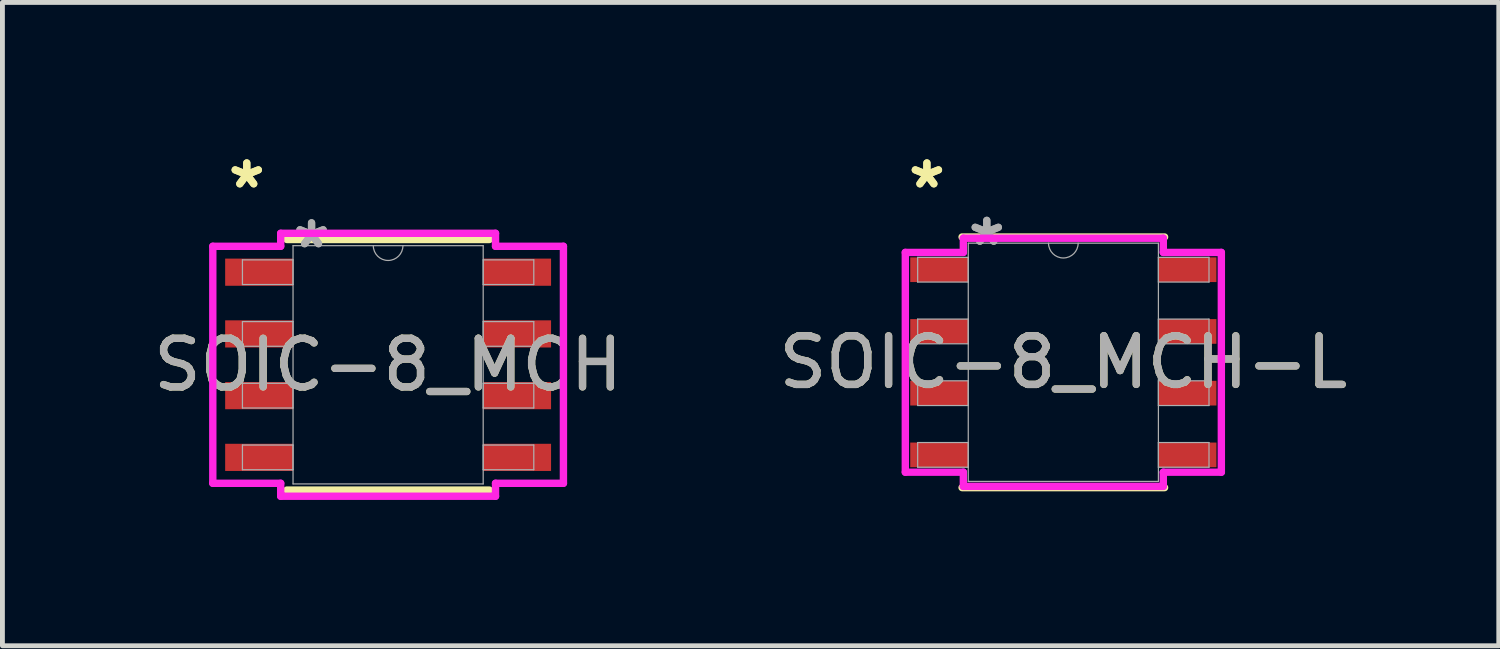
<source format=kicad_pcb>
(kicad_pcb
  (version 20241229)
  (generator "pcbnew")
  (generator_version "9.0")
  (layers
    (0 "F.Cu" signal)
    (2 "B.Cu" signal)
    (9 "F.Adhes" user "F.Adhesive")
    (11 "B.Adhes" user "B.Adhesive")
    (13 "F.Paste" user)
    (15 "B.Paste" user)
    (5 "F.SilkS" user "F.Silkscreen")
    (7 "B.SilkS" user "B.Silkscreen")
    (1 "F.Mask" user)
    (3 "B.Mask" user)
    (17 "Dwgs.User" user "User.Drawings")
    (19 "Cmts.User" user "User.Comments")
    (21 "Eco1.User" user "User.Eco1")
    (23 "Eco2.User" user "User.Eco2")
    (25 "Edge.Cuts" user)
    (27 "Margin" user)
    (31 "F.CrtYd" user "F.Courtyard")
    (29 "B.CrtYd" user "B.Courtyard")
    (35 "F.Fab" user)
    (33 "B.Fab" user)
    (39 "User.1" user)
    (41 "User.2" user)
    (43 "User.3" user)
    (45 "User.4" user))
  (footprint "SOIC-8_MCH-L"
    (layer "F.Cu")
    (at 18.827 4.404)
    (property "Reference" "SOIC-8_MCH-L" (at 0 0 0) (unlocked yes) (layer "F.SilkS") (effects (font (size 1 1) (thickness 0.15))))
    (attr smd)
    (fp_line (start -2.083 2.578) (end 2.083 2.578) (stroke (width 0.152) (type solid)) (layer "F.SilkS"))
    (fp_line (start 2.083 -2.578) (end -2.083 -2.578) (stroke (width 0.152) (type solid)) (layer "F.SilkS"))
    (fp_line (start -3.251 -2.261) (end -2.057 -2.261) (stroke (width 0.152) (type solid)) (layer "F.CrtYd"))
    (fp_line (start -3.251 2.261) (end -3.251 -2.261) (stroke (width 0.152) (type solid)) (layer "F.CrtYd"))
    (fp_line (start -3.251 2.261) (end -2.057 2.261) (stroke (width 0.152) (type solid)) (layer "F.CrtYd"))
    (fp_line (start -2.057 -2.553) (end 2.057 -2.553) (stroke (width 0.152) (type solid)) (layer "F.CrtYd"))
    (fp_line (start -2.057 -2.261) (end -2.057 -2.553) (stroke (width 0.152) (type solid)) (layer "F.CrtYd"))
    (fp_line (start -2.057 2.553) (end -2.057 2.261) (stroke (width 0.152) (type solid)) (layer "F.CrtYd"))
    (fp_line (start 2.057 -2.553) (end 2.057 -2.261) (stroke (width 0.152) (type solid)) (layer "F.CrtYd"))
    (fp_line (start 2.057 2.261) (end 2.057 2.553) (stroke (width 0.152) (type solid)) (layer "F.CrtYd"))
    (fp_line (start 2.057 2.553) (end -2.057 2.553) (stroke (width 0.152) (type solid)) (layer "F.CrtYd"))
    (fp_line (start 3.251 -2.261) (end 2.057 -2.261) (stroke (width 0.152) (type solid)) (layer "F.CrtYd"))
    (fp_line (start 3.251 -2.261) (end 3.251 2.261) (stroke (width 0.152) (type solid)) (layer "F.CrtYd"))
    (fp_line (start 3.251 2.261) (end 2.057 2.261) (stroke (width 0.152) (type solid)) (layer "F.CrtYd"))
    (fp_line (start -2.997 -2.159) (end -2.997 -1.651) (stroke (width 0.025) (type solid)) (layer "F.Fab"))
    (fp_line (start -2.997 -1.651) (end -1.956 -1.651) (stroke (width 0.025) (type solid)) (layer "F.Fab"))
    (fp_line (start -2.997 -0.889) (end -2.997 -0.381) (stroke (width 0.025) (type solid)) (layer "F.Fab"))
    (fp_line (start -2.997 -0.381) (end -1.956 -0.381) (stroke (width 0.025) (type solid)) (layer "F.Fab"))
    (fp_line (start -2.997 0.381) (end -2.997 0.889) (stroke (width 0.025) (type solid)) (layer "F.Fab"))
    (fp_line (start -2.997 0.889) (end -1.956 0.889) (stroke (width 0.025) (type solid)) (layer "F.Fab"))
    (fp_line (start -2.997 1.651) (end -2.997 2.159) (stroke (width 0.025) (type solid)) (layer "F.Fab"))
    (fp_line (start -2.997 2.159) (end -1.956 2.159) (stroke (width 0.025) (type solid)) (layer "F.Fab"))
    (fp_line (start -1.956 -2.451) (end -1.956 2.451) (stroke (width 0.025) (type solid)) (layer "F.Fab"))
    (fp_line (start -1.956 -2.159) (end -2.997 -2.159) (stroke (width 0.025) (type solid)) (layer "F.Fab"))
    (fp_line (start -1.956 -1.651) (end -1.956 -2.159) (stroke (width 0.025) (type solid)) (layer "F.Fab"))
    (fp_line (start -1.956 -0.889) (end -2.997 -0.889) (stroke (width 0.025) (type solid)) (layer "F.Fab"))
    (fp_line (start -1.956 -0.381) (end -1.956 -0.889) (stroke (width 0.025) (type solid)) (layer "F.Fab"))
    (fp_line (start -1.956 0.381) (end -2.997 0.381) (stroke (width 0.025) (type solid)) (layer "F.Fab"))
    (fp_line (start -1.956 0.889) (end -1.956 0.381) (stroke (width 0.025) (type solid)) (layer "F.Fab"))
    (fp_line (start -1.956 1.651) (end -2.997 1.651) (stroke (width 0.025) (type solid)) (layer "F.Fab"))
    (fp_line (start -1.956 2.159) (end -1.956 1.651) (stroke (width 0.025) (type solid)) (layer "F.Fab"))
    (fp_line (start -1.956 2.451) (end 1.956 2.451) (stroke (width 0.025) (type solid)) (layer "F.Fab"))
    (fp_line (start 1.956 -2.451) (end -1.956 -2.451) (stroke (width 0.025) (type solid)) (layer "F.Fab"))
    (fp_line (start 1.956 -2.159) (end 1.956 -1.651) (stroke (width 0.025) (type solid)) (layer "F.Fab"))
    (fp_line (start 1.956 -1.651) (end 2.997 -1.651) (stroke (width 0.025) (type solid)) (layer "F.Fab"))
    (fp_line (start 1.956 -0.889) (end 1.956 -0.381) (stroke (width 0.025) (type solid)) (layer "F.Fab"))
    (fp_line (start 1.956 -0.381) (end 2.997 -0.381) (stroke (width 0.025) (type solid)) (layer "F.Fab"))
    (fp_line (start 1.956 0.381) (end 1.956 0.889) (stroke (width 0.025) (type solid)) (layer "F.Fab"))
    (fp_line (start 1.956 0.889) (end 2.997 0.889) (stroke (width 0.025) (type solid)) (layer "F.Fab"))
    (fp_line (start 1.956 1.651) (end 1.956 2.159) (stroke (width 0.025) (type solid)) (layer "F.Fab"))
    (fp_line (start 1.956 2.159) (end 2.997 2.159) (stroke (width 0.025) (type solid)) (layer "F.Fab"))
    (fp_line (start 1.956 2.451) (end 1.956 -2.451) (stroke (width 0.025) (type solid)) (layer "F.Fab"))
    (fp_line (start 2.997 -2.159) (end 1.956 -2.159) (stroke (width 0.025) (type solid)) (layer "F.Fab"))
    (fp_line (start 2.997 -1.651) (end 2.997 -2.159) (stroke (width 0.025) (type solid)) (layer "F.Fab"))
    (fp_line (start 2.997 -0.889) (end 1.956 -0.889) (stroke (width 0.025) (type solid)) (layer "F.Fab"))
    (fp_line (start 2.997 -0.381) (end 2.997 -0.889) (stroke (width 0.025) (type solid)) (layer "F.Fab"))
    (fp_line (start 2.997 0.381) (end 1.956 0.381) (stroke (width 0.025) (type solid)) (layer "F.Fab"))
    (fp_line (start 2.997 0.889) (end 2.997 0.381) (stroke (width 0.025) (type solid)) (layer "F.Fab"))
    (fp_line (start 2.997 1.651) (end 1.956 1.651) (stroke (width 0.025) (type solid)) (layer "F.Fab"))
    (fp_line (start 2.997 2.159) (end 2.997 1.651) (stroke (width 0.025) (type solid)) (layer "F.Fab"))
    (fp_arc (start 0.3048 -2.4511) (mid 0 -2.1463) (end -0.3048 -2.4511) (stroke (width 0.0254) (type solid)) (layer "F.Fab"))
    (fp_text user "*" (at -2.807 -3.556 0) (unlocked yes) (layer "F.SilkS") (effects (font (size 1 1) (thickness 0.15))))
    (fp_text user "*" (at -2.807 -3.556 0) (layer "F.SilkS") (effects (font (size 1 1) (thickness 0.15))))
    (fp_text user "*" (at -1.575 -2.375 0) (layer "F.Fab") (effects (font (size 1 1) (thickness 0.15))))
    (fp_text user "*" (at -1.575 -2.375 0) (unlocked yes) (layer "F.Fab") (effects (font (size 1 1) (thickness 0.15))))
    (fp_text user "${REFERENCE}" (at 0 0 0) (unlocked yes) (layer "F.Fab") (effects (font (size 1 1) (thickness 0.15))))
    (pad "1" smd rect (at -2.553 -1.905) (size 1.194 0.508) (layers "F.Cu" "F.Mask" "F.Paste"))
    (pad "2" smd rect (at -2.553 -0.635) (size 1.194 0.508) (layers "F.Cu" "F.Mask" "F.Paste"))
    (pad "3" smd rect (at -2.553 0.635) (size 1.194 0.508) (layers "F.Cu" "F.Mask" "F.Paste"))
    (pad "4" smd rect (at -2.553 1.905) (size 1.194 0.508) (layers "F.Cu" "F.Mask" "F.Paste"))
    (pad "5" smd rect (at 2.553 1.905) (size 1.194 0.508) (layers "F.Cu" "F.Mask" "F.Paste"))
    (pad "6" smd rect (at 2.553 0.635) (size 1.194 0.508) (layers "F.Cu" "F.Mask" "F.Paste"))
    (pad "7" smd rect (at 2.553 -0.635) (size 1.194 0.508) (layers "F.Cu" "F.Mask" "F.Paste"))
    (pad "8" smd rect (at 2.553 -1.905) (size 1.194 0.508) (layers "F.Cu" "F.Mask" "F.Paste")))
  (footprint "SOIC-8_MCH"
    (layer "F.Cu")
    (at 4.935 4.455)
    (property "Reference" "SOIC-8_MCH" (at 0 0 0) (unlocked yes) (layer "F.SilkS") (effects (font (size 1 1) (thickness 0.15))))
    (attr smd)
    (fp_line (start -2.083 2.578) (end 2.083 2.578) (stroke (width 0.152) (type solid)) (layer "F.SilkS"))
    (fp_line (start 2.083 -2.578) (end -2.083 -2.578) (stroke (width 0.152) (type solid)) (layer "F.SilkS"))
    (fp_line (start -3.607 -2.438) (end -2.21 -2.438) (stroke (width 0.152) (type solid)) (layer "F.CrtYd"))
    (fp_line (start -3.607 2.438) (end -3.607 -2.438) (stroke (width 0.152) (type solid)) (layer "F.CrtYd"))
    (fp_line (start -3.607 2.438) (end -2.21 2.438) (stroke (width 0.152) (type solid)) (layer "F.CrtYd"))
    (fp_line (start -2.21 -2.705) (end 2.21 -2.705) (stroke (width 0.152) (type solid)) (layer "F.CrtYd"))
    (fp_line (start -2.21 -2.438) (end -2.21 -2.705) (stroke (width 0.152) (type solid)) (layer "F.CrtYd"))
    (fp_line (start -2.21 2.705) (end -2.21 2.438) (stroke (width 0.152) (type solid)) (layer "F.CrtYd"))
    (fp_line (start 2.21 -2.705) (end 2.21 -2.438) (stroke (width 0.152) (type solid)) (layer "F.CrtYd"))
    (fp_line (start 2.21 2.438) (end 2.21 2.705) (stroke (width 0.152) (type solid)) (layer "F.CrtYd"))
    (fp_line (start 2.21 2.705) (end -2.21 2.705) (stroke (width 0.152) (type solid)) (layer "F.CrtYd"))
    (fp_line (start 3.607 -2.438) (end 2.21 -2.438) (stroke (width 0.152) (type solid)) (layer "F.CrtYd"))
    (fp_line (start 3.607 -2.438) (end 3.607 2.438) (stroke (width 0.152) (type solid)) (layer "F.CrtYd"))
    (fp_line (start 3.607 2.438) (end 2.21 2.438) (stroke (width 0.152) (type solid)) (layer "F.CrtYd"))
    (fp_line (start -2.997 -2.159) (end -2.997 -1.651) (stroke (width 0.025) (type solid)) (layer "F.Fab"))
    (fp_line (start -2.997 -1.651) (end -1.956 -1.651) (stroke (width 0.025) (type solid)) (layer "F.Fab"))
    (fp_line (start -2.997 -0.889) (end -2.997 -0.381) (stroke (width 0.025) (type solid)) (layer "F.Fab"))
    (fp_line (start -2.997 -0.381) (end -1.956 -0.381) (stroke (width 0.025) (type solid)) (layer "F.Fab"))
    (fp_line (start -2.997 0.381) (end -2.997 0.889) (stroke (width 0.025) (type solid)) (layer "F.Fab"))
    (fp_line (start -2.997 0.889) (end -1.956 0.889) (stroke (width 0.025) (type solid)) (layer "F.Fab"))
    (fp_line (start -2.997 1.651) (end -2.997 2.159) (stroke (width 0.025) (type solid)) (layer "F.Fab"))
    (fp_line (start -2.997 2.159) (end -1.956 2.159) (stroke (width 0.025) (type solid)) (layer "F.Fab"))
    (fp_line (start -1.956 -2.451) (end -1.956 2.451) (stroke (width 0.025) (type solid)) (layer "F.Fab"))
    (fp_line (start -1.956 -2.159) (end -2.997 -2.159) (stroke (width 0.025) (type solid)) (layer "F.Fab"))
    (fp_line (start -1.956 -1.651) (end -1.956 -2.159) (stroke (width 0.025) (type solid)) (layer "F.Fab"))
    (fp_line (start -1.956 -0.889) (end -2.997 -0.889) (stroke (width 0.025) (type solid)) (layer "F.Fab"))
    (fp_line (start -1.956 -0.381) (end -1.956 -0.889) (stroke (width 0.025) (type solid)) (layer "F.Fab"))
    (fp_line (start -1.956 0.381) (end -2.997 0.381) (stroke (width 0.025) (type solid)) (layer "F.Fab"))
    (fp_line (start -1.956 0.889) (end -1.956 0.381) (stroke (width 0.025) (type solid)) (layer "F.Fab"))
    (fp_line (start -1.956 1.651) (end -2.997 1.651) (stroke (width 0.025) (type solid)) (layer "F.Fab"))
    (fp_line (start -1.956 2.159) (end -1.956 1.651) (stroke (width 0.025) (type solid)) (layer "F.Fab"))
    (fp_line (start -1.956 2.451) (end 1.956 2.451) (stroke (width 0.025) (type solid)) (layer "F.Fab"))
    (fp_line (start 1.956 -2.451) (end -1.956 -2.451) (stroke (width 0.025) (type solid)) (layer "F.Fab"))
    (fp_line (start 1.956 -2.159) (end 1.956 -1.651) (stroke (width 0.025) (type solid)) (layer "F.Fab"))
    (fp_line (start 1.956 -1.651) (end 2.997 -1.651) (stroke (width 0.025) (type solid)) (layer "F.Fab"))
    (fp_line (start 1.956 -0.889) (end 1.956 -0.381) (stroke (width 0.025) (type solid)) (layer "F.Fab"))
    (fp_line (start 1.956 -0.381) (end 2.997 -0.381) (stroke (width 0.025) (type solid)) (layer "F.Fab"))
    (fp_line (start 1.956 0.381) (end 1.956 0.889) (stroke (width 0.025) (type solid)) (layer "F.Fab"))
    (fp_line (start 1.956 0.889) (end 2.997 0.889) (stroke (width 0.025) (type solid)) (layer "F.Fab"))
    (fp_line (start 1.956 1.651) (end 1.956 2.159) (stroke (width 0.025) (type solid)) (layer "F.Fab"))
    (fp_line (start 1.956 2.159) (end 2.997 2.159) (stroke (width 0.025) (type solid)) (layer "F.Fab"))
    (fp_line (start 1.956 2.451) (end 1.956 -2.451) (stroke (width 0.025) (type solid)) (layer "F.Fab"))
    (fp_line (start 2.997 -2.159) (end 1.956 -2.159) (stroke (width 0.025) (type solid)) (layer "F.Fab"))
    (fp_line (start 2.997 -1.651) (end 2.997 -2.159) (stroke (width 0.025) (type solid)) (layer "F.Fab"))
    (fp_line (start 2.997 -0.889) (end 1.956 -0.889) (stroke (width 0.025) (type solid)) (layer "F.Fab"))
    (fp_line (start 2.997 -0.381) (end 2.997 -0.889) (stroke (width 0.025) (type solid)) (layer "F.Fab"))
    (fp_line (start 2.997 0.381) (end 1.956 0.381) (stroke (width 0.025) (type solid)) (layer "F.Fab"))
    (fp_line (start 2.997 0.889) (end 2.997 0.381) (stroke (width 0.025) (type solid)) (layer "F.Fab"))
    (fp_line (start 2.997 1.651) (end 1.956 1.651) (stroke (width 0.025) (type solid)) (layer "F.Fab"))
    (fp_line (start 2.997 2.159) (end 2.997 1.651) (stroke (width 0.025) (type solid)) (layer "F.Fab"))
    (fp_arc (start 0.3048 -2.4511) (mid 0 -2.1463) (end -0.3048 -2.4511) (stroke (width 0.0254) (type solid)) (layer "F.Fab"))
    (fp_text user "*" (at -2.908 -3.607 0) (unlocked yes) (layer "F.SilkS") (effects (font (size 1 1) (thickness 0.15))))
    (fp_text user "*" (at -2.908 -3.607 0) (layer "F.SilkS") (effects (font (size 1 1) (thickness 0.15))))
    (fp_text user "*" (at -1.575 -2.375 0) (layer "F.Fab") (effects (font (size 1 1) (thickness 0.15))))
    (fp_text user "*" (at -1.575 -2.375 0) (unlocked yes) (layer "F.Fab") (effects (font (size 1 1) (thickness 0.15))))
    (fp_text user "${REFERENCE}" (at 0 0 0) (unlocked yes) (layer "F.Fab") (effects (font (size 1 1) (thickness 0.15))))
    (pad "1" smd rect (at -2.654 -1.905) (size 1.397 0.559) (layers "F.Cu" "F.Mask" "F.Paste"))
    (pad "2" smd rect (at -2.654 -0.635) (size 1.397 0.559) (layers "F.Cu" "F.Mask" "F.Paste"))
    (pad "3" smd rect (at -2.654 0.635) (size 1.397 0.559) (layers "F.Cu" "F.Mask" "F.Paste"))
    (pad "4" smd rect (at -2.654 1.905) (size 1.397 0.559) (layers "F.Cu" "F.Mask" "F.Paste"))
    (pad "5" smd rect (at 2.654 1.905) (size 1.397 0.559) (layers "F.Cu" "F.Mask" "F.Paste"))
    (pad "6" smd rect (at 2.654 0.635) (size 1.397 0.559) (layers "F.Cu" "F.Mask" "F.Paste"))
    (pad "7" smd rect (at 2.654 -0.635) (size 1.397 0.559) (layers "F.Cu" "F.Mask" "F.Paste"))
    (pad "8" smd rect (at 2.654 -1.905) (size 1.397 0.559) (layers "F.Cu" "F.Mask" "F.Paste")))
  (gr_rect
    (start -3 -3)
    (end 27.786 10.236)
    (stroke (width 0.1) (type default))
    (fill no)
    (layer "Edge.Cuts")))
</source>
